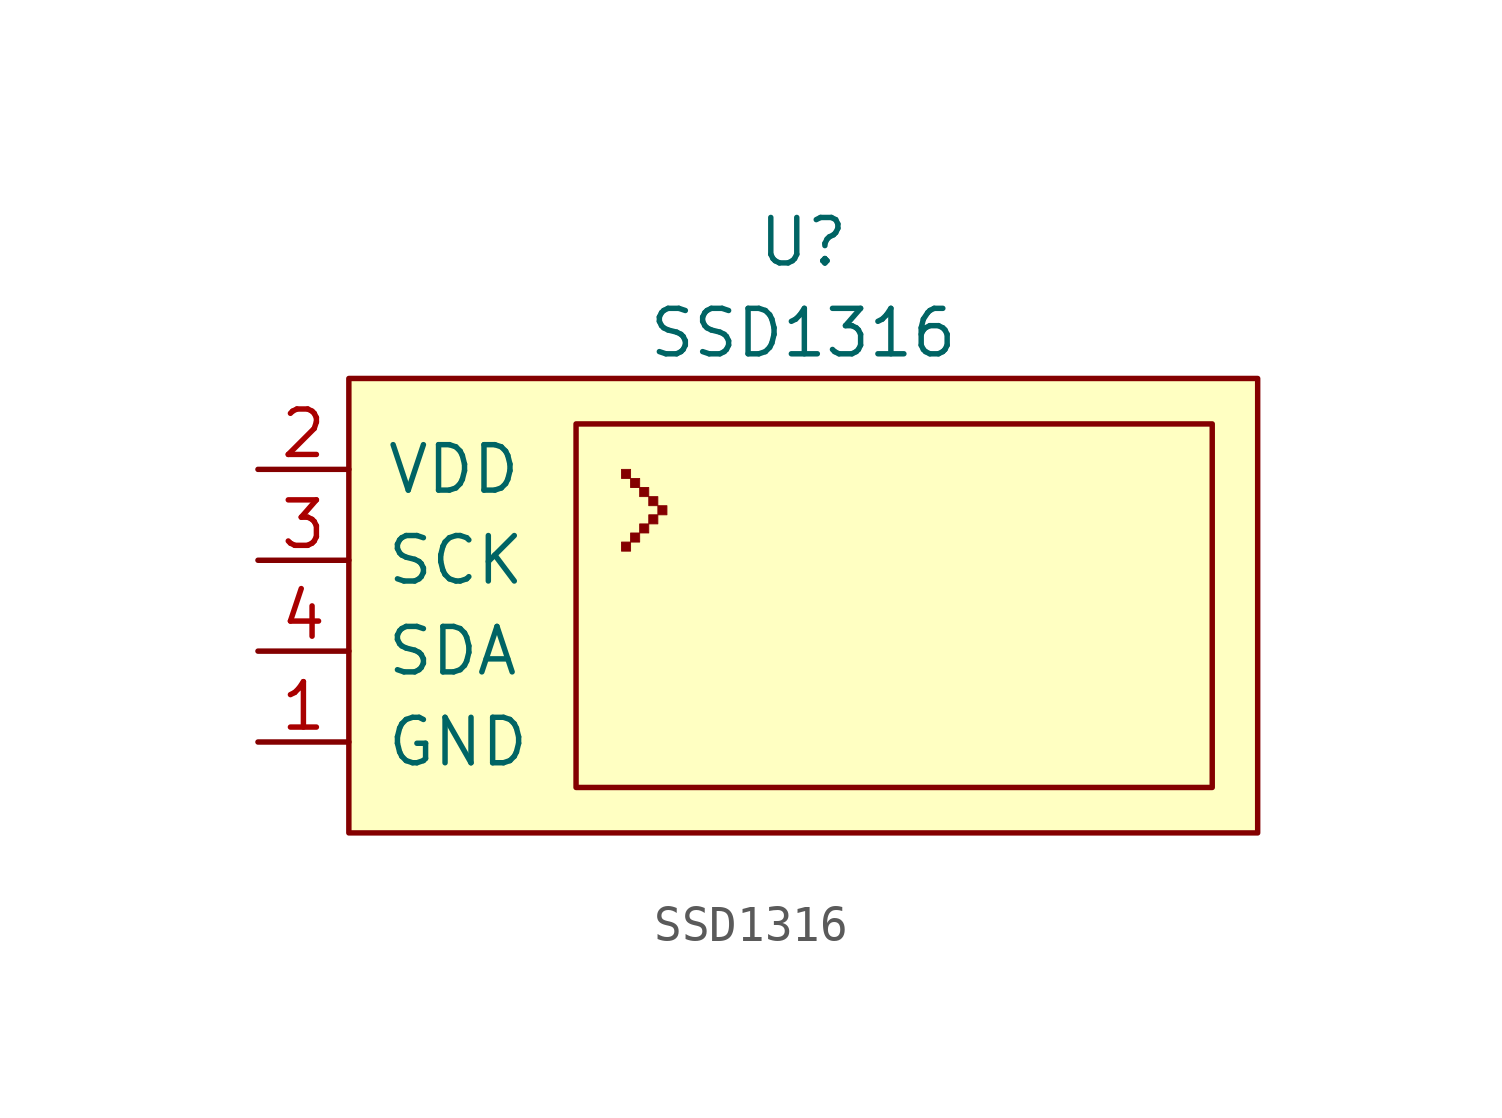
<source format=kicad_sym>
(kicad_symbol_lib
  (version 20211014)
  (generator kicad_symbol_editor)
  (symbol "SSD1316"
    (pin_names
      (offset 1.016))
    (property "Reference" "U"
      (at 0 11.43 0)
      (effects (font (size 1.27 1.27))))
    (property "Value" "SSD1316"
      (at 0 8.89 0)
      (effects (font (size 1.27 1.27))))
    (symbol "SSD1316_0_0"
      (pin power_in line (at -15.24 -2.54 0) (length 2.54) (name "GND" (effects (font (size 1.27 1.27)))) (number "1" (effects (font (size 1.27 1.27)))))
      (pin power_in line (at -15.24 5.08 0) (length 2.54) (name "VDD" (effects (font (size 1.27 1.27)))) (number "2" (effects (font (size 1.27 1.27)))))
      (pin input line (at -15.24 2.54 0) (length 2.54) (name "SCK" (effects (font (size 1.27 1.27)))) (number "3" (effects (font (size 1.27 1.27)))))
      (pin bidirectional line (at -15.24 0 0) (length 2.54) (name "SDA" (effects (font (size 1.27 1.27)))) (number "4" (effects (font (size 1.27 1.27))))))
    (symbol "SSD1316_0_1"
      (rectangle (start -12.7 7.62) (end 12.7 -5.08) (stroke (width 0) (type default) (color 0 0 0 0)) (fill (type background)))
      (rectangle (start -6.35 6.35) (end 11.43 -3.81) (stroke (width 0) (type default) (color 0 0 0 0)) (fill (type none)))
      (rectangle (start -5.08 5.08) (end -4.826 4.826) (stroke (width 0.025) (type default) (color 0 0 0 0)) (fill (type outline))))
    (symbol "SSD1316_1_1"
      (rectangle (start -5.08 3.048) (end -4.826 2.794) (stroke (width 0.025) (type default) (color 0 0 0 0)) (fill (type outline)))
      (rectangle (start -4.826 3.302) (end -4.572 3.048) (stroke (width 0.025) (type default) (color 0 0 0 0)) (fill (type outline)))
      (rectangle (start -4.826 4.826) (end -4.572 4.572) (stroke (width 0.025) (type default) (color 0 0 0 0)) (fill (type outline)))
      (rectangle (start -4.572 3.556) (end -4.318 3.302) (stroke (width 0.025) (type default) (color 0 0 0 0)) (fill (type outline)))
      (rectangle (start -4.572 4.572) (end -4.318 4.318) (stroke (width 0.025) (type default) (color 0 0 0 0)) (fill (type outline)))
      (rectangle (start -4.318 3.81) (end -4.064 3.556) (stroke (width 0.025) (type default) (color 0 0 0 0)) (fill (type outline)))
      (rectangle (start -4.318 4.318) (end -4.064 4.064) (stroke (width 0.025) (type default) (color 0 0 0 0)) (fill (type outline)))
      (rectangle (start -4.064 4.064) (end -3.81 3.81) (stroke (width 0.025) (type default) (color 0 0 0 0)) (fill (type outline))))))
</source>
